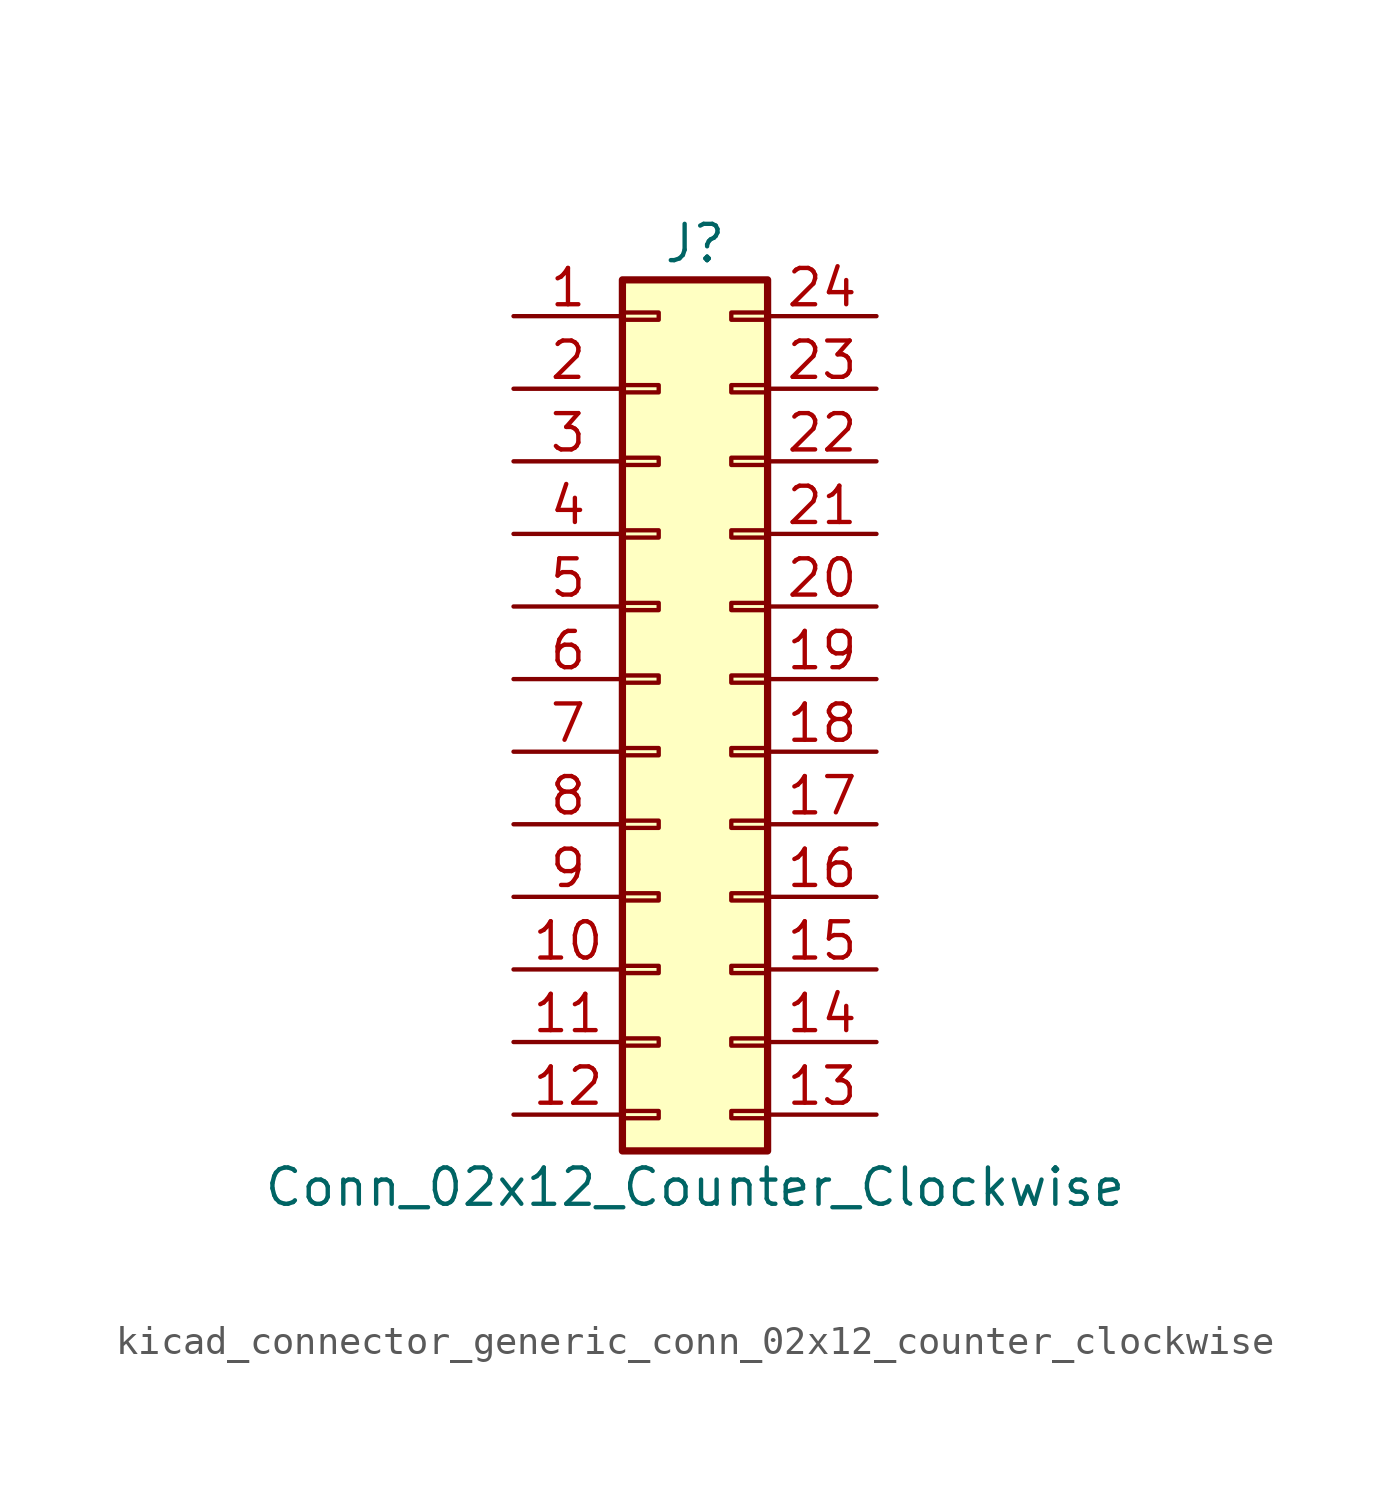
<source format=kicad_sym>
(kicad_symbol_lib
  (version 20220914)
  (generator kicad_symbol_editor)
  (symbol "kicad_connector_generic_conn_02x12_counter_clockwise"
    (pin_names
      (offset 1.016) hide)
    (property "Reference" "J"
      (at 1.27 15.24 0)
      (effects (font (size 1.27 1.27))))
    (property "Value" "Conn_02x12_Counter_Clockwise"
      (at 1.27 -17.78 0)
      (effects (font (size 1.27 1.27))))
    (symbol "kicad_connector_generic_conn_02x12_counter_clockwise_1_1"
      (rectangle (start -1.27 -15.113) (end 0 -15.367) (stroke (width 0.152) (type default)) (fill (type none)))
      (rectangle (start -1.27 -12.573) (end 0 -12.827) (stroke (width 0.152) (type default)) (fill (type none)))
      (rectangle (start -1.27 -10.033) (end 0 -10.287) (stroke (width 0.152) (type default)) (fill (type none)))
      (rectangle (start -1.27 -7.493) (end 0 -7.747) (stroke (width 0.152) (type default)) (fill (type none)))
      (rectangle (start -1.27 -4.953) (end 0 -5.207) (stroke (width 0.152) (type default)) (fill (type none)))
      (rectangle (start -1.27 -2.413) (end 0 -2.667) (stroke (width 0.152) (type default)) (fill (type none)))
      (rectangle (start -1.27 0.127) (end 0 -0.127) (stroke (width 0.152) (type default)) (fill (type none)))
      (rectangle (start -1.27 2.667) (end 0 2.413) (stroke (width 0.152) (type default)) (fill (type none)))
      (rectangle (start -1.27 5.207) (end 0 4.953) (stroke (width 0.152) (type default)) (fill (type none)))
      (rectangle (start -1.27 7.747) (end 0 7.493) (stroke (width 0.152) (type default)) (fill (type none)))
      (rectangle (start -1.27 10.287) (end 0 10.033) (stroke (width 0.152) (type default)) (fill (type none)))
      (rectangle (start -1.27 12.827) (end 0 12.573) (stroke (width 0.152) (type default)) (fill (type none)))
      (rectangle (start -1.27 13.97) (end 3.81 -16.51) (stroke (width 0.254) (type default)) (fill (type background)))
      (rectangle (start 3.81 -15.113) (end 2.54 -15.367) (stroke (width 0.152) (type default)) (fill (type none)))
      (rectangle (start 3.81 -12.573) (end 2.54 -12.827) (stroke (width 0.152) (type default)) (fill (type none)))
      (rectangle (start 3.81 -10.033) (end 2.54 -10.287) (stroke (width 0.152) (type default)) (fill (type none)))
      (rectangle (start 3.81 -7.493) (end 2.54 -7.747) (stroke (width 0.152) (type default)) (fill (type none)))
      (rectangle (start 3.81 -4.953) (end 2.54 -5.207) (stroke (width 0.152) (type default)) (fill (type none)))
      (rectangle (start 3.81 -2.413) (end 2.54 -2.667) (stroke (width 0.152) (type default)) (fill (type none)))
      (rectangle (start 3.81 0.127) (end 2.54 -0.127) (stroke (width 0.152) (type default)) (fill (type none)))
      (rectangle (start 3.81 2.667) (end 2.54 2.413) (stroke (width 0.152) (type default)) (fill (type none)))
      (rectangle (start 3.81 5.207) (end 2.54 4.953) (stroke (width 0.152) (type default)) (fill (type none)))
      (rectangle (start 3.81 7.747) (end 2.54 7.493) (stroke (width 0.152) (type default)) (fill (type none)))
      (rectangle (start 3.81 10.287) (end 2.54 10.033) (stroke (width 0.152) (type default)) (fill (type none)))
      (rectangle (start 3.81 12.827) (end 2.54 12.573) (stroke (width 0.152) (type default)) (fill (type none)))
      (pin passive line (at -5.08 12.7 0) (length 3.81) (name "Pin_1" (effects (font (size 1.27 1.27)))) (number "1" (effects (font (size 1.27 1.27)))))
      (pin passive line (at -5.08 -10.16 0) (length 3.81) (name "Pin_10" (effects (font (size 1.27 1.27)))) (number "10" (effects (font (size 1.27 1.27)))))
      (pin passive line (at -5.08 -12.7 0) (length 3.81) (name "Pin_11" (effects (font (size 1.27 1.27)))) (number "11" (effects (font (size 1.27 1.27)))))
      (pin passive line (at -5.08 -15.24 0) (length 3.81) (name "Pin_12" (effects (font (size 1.27 1.27)))) (number "12" (effects (font (size 1.27 1.27)))))
      (pin passive line (at 7.62 -15.24 180) (length 3.81) (name "Pin_13" (effects (font (size 1.27 1.27)))) (number "13" (effects (font (size 1.27 1.27)))))
      (pin passive line (at 7.62 -12.7 180) (length 3.81) (name "Pin_14" (effects (font (size 1.27 1.27)))) (number "14" (effects (font (size 1.27 1.27)))))
      (pin passive line (at 7.62 -10.16 180) (length 3.81) (name "Pin_15" (effects (font (size 1.27 1.27)))) (number "15" (effects (font (size 1.27 1.27)))))
      (pin passive line (at 7.62 -7.62 180) (length 3.81) (name "Pin_16" (effects (font (size 1.27 1.27)))) (number "16" (effects (font (size 1.27 1.27)))))
      (pin passive line (at 7.62 -5.08 180) (length 3.81) (name "Pin_17" (effects (font (size 1.27 1.27)))) (number "17" (effects (font (size 1.27 1.27)))))
      (pin passive line (at 7.62 -2.54 180) (length 3.81) (name "Pin_18" (effects (font (size 1.27 1.27)))) (number "18" (effects (font (size 1.27 1.27)))))
      (pin passive line (at 7.62 0 180) (length 3.81) (name "Pin_19" (effects (font (size 1.27 1.27)))) (number "19" (effects (font (size 1.27 1.27)))))
      (pin passive line (at -5.08 10.16 0) (length 3.81) (name "Pin_2" (effects (font (size 1.27 1.27)))) (number "2" (effects (font (size 1.27 1.27)))))
      (pin passive line (at 7.62 2.54 180) (length 3.81) (name "Pin_20" (effects (font (size 1.27 1.27)))) (number "20" (effects (font (size 1.27 1.27)))))
      (pin passive line (at 7.62 5.08 180) (length 3.81) (name "Pin_21" (effects (font (size 1.27 1.27)))) (number "21" (effects (font (size 1.27 1.27)))))
      (pin passive line (at 7.62 7.62 180) (length 3.81) (name "Pin_22" (effects (font (size 1.27 1.27)))) (number "22" (effects (font (size 1.27 1.27)))))
      (pin passive line (at 7.62 10.16 180) (length 3.81) (name "Pin_23" (effects (font (size 1.27 1.27)))) (number "23" (effects (font (size 1.27 1.27)))))
      (pin passive line (at 7.62 12.7 180) (length 3.81) (name "Pin_24" (effects (font (size 1.27 1.27)))) (number "24" (effects (font (size 1.27 1.27)))))
      (pin passive line (at -5.08 7.62 0) (length 3.81) (name "Pin_3" (effects (font (size 1.27 1.27)))) (number "3" (effects (font (size 1.27 1.27)))))
      (pin passive line (at -5.08 5.08 0) (length 3.81) (name "Pin_4" (effects (font (size 1.27 1.27)))) (number "4" (effects (font (size 1.27 1.27)))))
      (pin passive line (at -5.08 2.54 0) (length 3.81) (name "Pin_5" (effects (font (size 1.27 1.27)))) (number "5" (effects (font (size 1.27 1.27)))))
      (pin passive line (at -5.08 0 0) (length 3.81) (name "Pin_6" (effects (font (size 1.27 1.27)))) (number "6" (effects (font (size 1.27 1.27)))))
      (pin passive line (at -5.08 -2.54 0) (length 3.81) (name "Pin_7" (effects (font (size 1.27 1.27)))) (number "7" (effects (font (size 1.27 1.27)))))
      (pin passive line (at -5.08 -5.08 0) (length 3.81) (name "Pin_8" (effects (font (size 1.27 1.27)))) (number "8" (effects (font (size 1.27 1.27)))))
      (pin passive line (at -5.08 -7.62 0) (length 3.81) (name "Pin_9" (effects (font (size 1.27 1.27)))) (number "9" (effects (font (size 1.27 1.27))))))))
</source>
